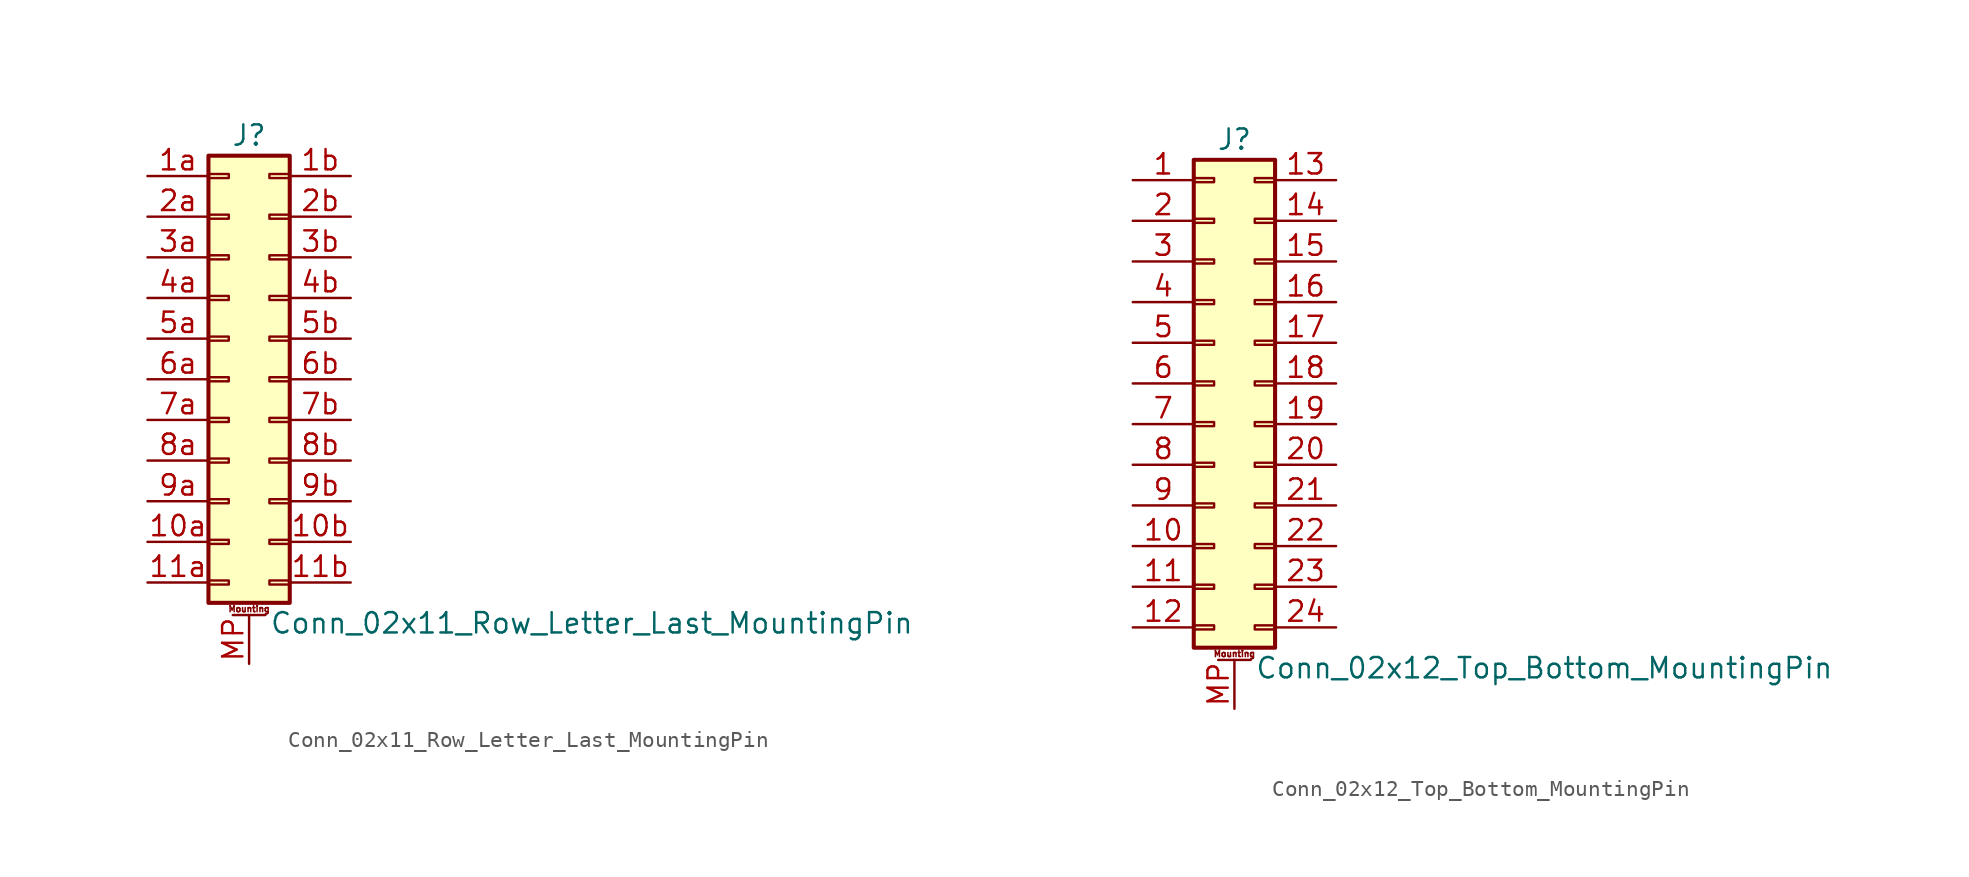
<source format=kicad_sym>
(kicad_symbol_lib
  (version 20201005)
  (generator kicad_symbol_editor)
  (symbol "Conn_02x11_Row_Letter_Last_MountingPin"
    (pin_names
      (offset 1.016) hide)
    (property "Reference" "J"
      (at 1.27 15.24 0)
      (effects (font (size 1.27 1.27))))
    (property "Value" "Conn_02x11_Row_Letter_Last_MountingPin"
      (at 2.54 -15.24 0)
      (effects (font (size 1.27 1.27)) (justify left)))
    (symbol "Conn_02x11_Row_Letter_Last_MountingPin_1_1"
      (text "Mounting" (at 1.27 -14.351 0) (effects (font (size 0.381 0.381))))
      (rectangle (start -1.27 -12.573) (end 0 -12.827) (stroke (width 0.152)) (fill (type none)))
      (rectangle (start -1.27 -10.033) (end 0 -10.287) (stroke (width 0.152)) (fill (type none)))
      (rectangle (start -1.27 -7.493) (end 0 -7.747) (stroke (width 0.152)) (fill (type none)))
      (rectangle (start -1.27 -4.953) (end 0 -5.207) (stroke (width 0.152)) (fill (type none)))
      (rectangle (start -1.27 -2.413) (end 0 -2.667) (stroke (width 0.152)) (fill (type none)))
      (rectangle (start -1.27 0.127) (end 0 -0.127) (stroke (width 0.152)) (fill (type none)))
      (rectangle (start -1.27 2.667) (end 0 2.413) (stroke (width 0.152)) (fill (type none)))
      (rectangle (start -1.27 5.207) (end 0 4.953) (stroke (width 0.152)) (fill (type none)))
      (rectangle (start -1.27 7.747) (end 0 7.493) (stroke (width 0.152)) (fill (type none)))
      (rectangle (start -1.27 10.287) (end 0 10.033) (stroke (width 0.152)) (fill (type none)))
      (rectangle (start -1.27 12.827) (end 0 12.573) (stroke (width 0.152)) (fill (type none)))
      (rectangle (start -1.27 13.97) (end 3.81 -13.97) (stroke (width 0.254)) (fill (type background)))
      (rectangle (start 3.81 -12.573) (end 2.54 -12.827) (stroke (width 0.152)) (fill (type none)))
      (rectangle (start 3.81 -10.033) (end 2.54 -10.287) (stroke (width 0.152)) (fill (type none)))
      (rectangle (start 3.81 -7.493) (end 2.54 -7.747) (stroke (width 0.152)) (fill (type none)))
      (rectangle (start 3.81 -4.953) (end 2.54 -5.207) (stroke (width 0.152)) (fill (type none)))
      (rectangle (start 3.81 -2.413) (end 2.54 -2.667) (stroke (width 0.152)) (fill (type none)))
      (rectangle (start 3.81 0.127) (end 2.54 -0.127) (stroke (width 0.152)) (fill (type none)))
      (rectangle (start 3.81 2.667) (end 2.54 2.413) (stroke (width 0.152)) (fill (type none)))
      (rectangle (start 3.81 5.207) (end 2.54 4.953) (stroke (width 0.152)) (fill (type none)))
      (rectangle (start 3.81 7.747) (end 2.54 7.493) (stroke (width 0.152)) (fill (type none)))
      (rectangle (start 3.81 10.287) (end 2.54 10.033) (stroke (width 0.152)) (fill (type none)))
      (rectangle (start 3.81 12.827) (end 2.54 12.573) (stroke (width 0.152)) (fill (type none)))
      (polyline (pts (xy 0.254 -14.732) (xy 2.286 -14.732)) (stroke (width 0.152)) (fill (type none)))
      (pin passive line (at -5.08 -10.16 0) (length 3.81) (name "Pin_10a" (effects (font (size 1.27 1.27)))) (number "10a" (effects (font (size 1.27 1.27)))))
      (pin passive line (at 7.62 -10.16 180) (length 3.81) (name "Pin_10b" (effects (font (size 1.27 1.27)))) (number "10b" (effects (font (size 1.27 1.27)))))
      (pin passive line (at -5.08 -12.7 0) (length 3.81) (name "Pin_11a" (effects (font (size 1.27 1.27)))) (number "11a" (effects (font (size 1.27 1.27)))))
      (pin passive line (at 7.62 -12.7 180) (length 3.81) (name "Pin_11b" (effects (font (size 1.27 1.27)))) (number "11b" (effects (font (size 1.27 1.27)))))
      (pin passive line (at -5.08 12.7 0) (length 3.81) (name "Pin_1a" (effects (font (size 1.27 1.27)))) (number "1a" (effects (font (size 1.27 1.27)))))
      (pin passive line (at 7.62 12.7 180) (length 3.81) (name "Pin_1b" (effects (font (size 1.27 1.27)))) (number "1b" (effects (font (size 1.27 1.27)))))
      (pin passive line (at -5.08 10.16 0) (length 3.81) (name "Pin_2a" (effects (font (size 1.27 1.27)))) (number "2a" (effects (font (size 1.27 1.27)))))
      (pin passive line (at 7.62 10.16 180) (length 3.81) (name "Pin_2b" (effects (font (size 1.27 1.27)))) (number "2b" (effects (font (size 1.27 1.27)))))
      (pin passive line (at -5.08 7.62 0) (length 3.81) (name "Pin_3a" (effects (font (size 1.27 1.27)))) (number "3a" (effects (font (size 1.27 1.27)))))
      (pin passive line (at 7.62 7.62 180) (length 3.81) (name "Pin_3b" (effects (font (size 1.27 1.27)))) (number "3b" (effects (font (size 1.27 1.27)))))
      (pin passive line (at -5.08 5.08 0) (length 3.81) (name "Pin_4a" (effects (font (size 1.27 1.27)))) (number "4a" (effects (font (size 1.27 1.27)))))
      (pin passive line (at 7.62 5.08 180) (length 3.81) (name "Pin_4b" (effects (font (size 1.27 1.27)))) (number "4b" (effects (font (size 1.27 1.27)))))
      (pin passive line (at -5.08 2.54 0) (length 3.81) (name "Pin_5a" (effects (font (size 1.27 1.27)))) (number "5a" (effects (font (size 1.27 1.27)))))
      (pin passive line (at 7.62 2.54 180) (length 3.81) (name "Pin_5b" (effects (font (size 1.27 1.27)))) (number "5b" (effects (font (size 1.27 1.27)))))
      (pin passive line (at -5.08 0 0) (length 3.81) (name "Pin_6a" (effects (font (size 1.27 1.27)))) (number "6a" (effects (font (size 1.27 1.27)))))
      (pin passive line (at 7.62 0 180) (length 3.81) (name "Pin_6b" (effects (font (size 1.27 1.27)))) (number "6b" (effects (font (size 1.27 1.27)))))
      (pin passive line (at -5.08 -2.54 0) (length 3.81) (name "Pin_7a" (effects (font (size 1.27 1.27)))) (number "7a" (effects (font (size 1.27 1.27)))))
      (pin passive line (at 7.62 -2.54 180) (length 3.81) (name "Pin_7b" (effects (font (size 1.27 1.27)))) (number "7b" (effects (font (size 1.27 1.27)))))
      (pin passive line (at -5.08 -5.08 0) (length 3.81) (name "Pin_8a" (effects (font (size 1.27 1.27)))) (number "8a" (effects (font (size 1.27 1.27)))))
      (pin passive line (at 7.62 -5.08 180) (length 3.81) (name "Pin_8b" (effects (font (size 1.27 1.27)))) (number "8b" (effects (font (size 1.27 1.27)))))
      (pin passive line (at -5.08 -7.62 0) (length 3.81) (name "Pin_9a" (effects (font (size 1.27 1.27)))) (number "9a" (effects (font (size 1.27 1.27)))))
      (pin passive line (at 7.62 -7.62 180) (length 3.81) (name "Pin_9b" (effects (font (size 1.27 1.27)))) (number "9b" (effects (font (size 1.27 1.27)))))
      (pin passive line (at 1.27 -17.78 90) (length 3.048) (name "MountPin" (effects (font (size 1.27 1.27)))) (number "MP" (effects (font (size 1.27 1.27)))))))
  (symbol "Conn_02x12_Top_Bottom_MountingPin"
    (pin_names
      (offset 1.016) hide)
    (property "Reference" "J"
      (at 1.27 15.24 0)
      (effects (font (size 1.27 1.27))))
    (property "Value" "Conn_02x12_Top_Bottom_MountingPin"
      (at 2.54 -17.78 0)
      (effects (font (size 1.27 1.27)) (justify left)))
    (symbol "Conn_02x12_Top_Bottom_MountingPin_1_1"
      (text "Mounting" (at 1.27 -16.891 0) (effects (font (size 0.381 0.381))))
      (rectangle (start -1.27 -15.113) (end 0 -15.367) (stroke (width 0.152)) (fill (type none)))
      (rectangle (start -1.27 -12.573) (end 0 -12.827) (stroke (width 0.152)) (fill (type none)))
      (rectangle (start -1.27 -10.033) (end 0 -10.287) (stroke (width 0.152)) (fill (type none)))
      (rectangle (start -1.27 -7.493) (end 0 -7.747) (stroke (width 0.152)) (fill (type none)))
      (rectangle (start -1.27 -4.953) (end 0 -5.207) (stroke (width 0.152)) (fill (type none)))
      (rectangle (start -1.27 -2.413) (end 0 -2.667) (stroke (width 0.152)) (fill (type none)))
      (rectangle (start -1.27 0.127) (end 0 -0.127) (stroke (width 0.152)) (fill (type none)))
      (rectangle (start -1.27 2.667) (end 0 2.413) (stroke (width 0.152)) (fill (type none)))
      (rectangle (start -1.27 5.207) (end 0 4.953) (stroke (width 0.152)) (fill (type none)))
      (rectangle (start -1.27 7.747) (end 0 7.493) (stroke (width 0.152)) (fill (type none)))
      (rectangle (start -1.27 10.287) (end 0 10.033) (stroke (width 0.152)) (fill (type none)))
      (rectangle (start -1.27 12.827) (end 0 12.573) (stroke (width 0.152)) (fill (type none)))
      (rectangle (start -1.27 13.97) (end 3.81 -16.51) (stroke (width 0.254)) (fill (type background)))
      (rectangle (start 3.81 -15.113) (end 2.54 -15.367) (stroke (width 0.152)) (fill (type none)))
      (rectangle (start 3.81 -12.573) (end 2.54 -12.827) (stroke (width 0.152)) (fill (type none)))
      (rectangle (start 3.81 -10.033) (end 2.54 -10.287) (stroke (width 0.152)) (fill (type none)))
      (rectangle (start 3.81 -7.493) (end 2.54 -7.747) (stroke (width 0.152)) (fill (type none)))
      (rectangle (start 3.81 -4.953) (end 2.54 -5.207) (stroke (width 0.152)) (fill (type none)))
      (rectangle (start 3.81 -2.413) (end 2.54 -2.667) (stroke (width 0.152)) (fill (type none)))
      (rectangle (start 3.81 0.127) (end 2.54 -0.127) (stroke (width 0.152)) (fill (type none)))
      (rectangle (start 3.81 2.667) (end 2.54 2.413) (stroke (width 0.152)) (fill (type none)))
      (rectangle (start 3.81 5.207) (end 2.54 4.953) (stroke (width 0.152)) (fill (type none)))
      (rectangle (start 3.81 7.747) (end 2.54 7.493) (stroke (width 0.152)) (fill (type none)))
      (rectangle (start 3.81 10.287) (end 2.54 10.033) (stroke (width 0.152)) (fill (type none)))
      (rectangle (start 3.81 12.827) (end 2.54 12.573) (stroke (width 0.152)) (fill (type none)))
      (polyline (pts (xy 0.254 -17.272) (xy 2.286 -17.272)) (stroke (width 0.152)) (fill (type none)))
      (pin passive line (at -5.08 12.7 0) (length 3.81) (name "Pin_1" (effects (font (size 1.27 1.27)))) (number "1" (effects (font (size 1.27 1.27)))))
      (pin passive line (at -5.08 -10.16 0) (length 3.81) (name "Pin_10" (effects (font (size 1.27 1.27)))) (number "10" (effects (font (size 1.27 1.27)))))
      (pin passive line (at -5.08 -12.7 0) (length 3.81) (name "Pin_11" (effects (font (size 1.27 1.27)))) (number "11" (effects (font (size 1.27 1.27)))))
      (pin passive line (at -5.08 -15.24 0) (length 3.81) (name "Pin_12" (effects (font (size 1.27 1.27)))) (number "12" (effects (font (size 1.27 1.27)))))
      (pin passive line (at 7.62 12.7 180) (length 3.81) (name "Pin_13" (effects (font (size 1.27 1.27)))) (number "13" (effects (font (size 1.27 1.27)))))
      (pin passive line (at 7.62 10.16 180) (length 3.81) (name "Pin_14" (effects (font (size 1.27 1.27)))) (number "14" (effects (font (size 1.27 1.27)))))
      (pin passive line (at 7.62 7.62 180) (length 3.81) (name "Pin_15" (effects (font (size 1.27 1.27)))) (number "15" (effects (font (size 1.27 1.27)))))
      (pin passive line (at 7.62 5.08 180) (length 3.81) (name "Pin_16" (effects (font (size 1.27 1.27)))) (number "16" (effects (font (size 1.27 1.27)))))
      (pin passive line (at 7.62 2.54 180) (length 3.81) (name "Pin_17" (effects (font (size 1.27 1.27)))) (number "17" (effects (font (size 1.27 1.27)))))
      (pin passive line (at 7.62 0 180) (length 3.81) (name "Pin_18" (effects (font (size 1.27 1.27)))) (number "18" (effects (font (size 1.27 1.27)))))
      (pin passive line (at 7.62 -2.54 180) (length 3.81) (name "Pin_19" (effects (font (size 1.27 1.27)))) (number "19" (effects (font (size 1.27 1.27)))))
      (pin passive line (at -5.08 10.16 0) (length 3.81) (name "Pin_2" (effects (font (size 1.27 1.27)))) (number "2" (effects (font (size 1.27 1.27)))))
      (pin passive line (at 7.62 -5.08 180) (length 3.81) (name "Pin_20" (effects (font (size 1.27 1.27)))) (number "20" (effects (font (size 1.27 1.27)))))
      (pin passive line (at 7.62 -7.62 180) (length 3.81) (name "Pin_21" (effects (font (size 1.27 1.27)))) (number "21" (effects (font (size 1.27 1.27)))))
      (pin passive line (at 7.62 -10.16 180) (length 3.81) (name "Pin_22" (effects (font (size 1.27 1.27)))) (number "22" (effects (font (size 1.27 1.27)))))
      (pin passive line (at 7.62 -12.7 180) (length 3.81) (name "Pin_23" (effects (font (size 1.27 1.27)))) (number "23" (effects (font (size 1.27 1.27)))))
      (pin passive line (at 7.62 -15.24 180) (length 3.81) (name "Pin_24" (effects (font (size 1.27 1.27)))) (number "24" (effects (font (size 1.27 1.27)))))
      (pin passive line (at -5.08 7.62 0) (length 3.81) (name "Pin_3" (effects (font (size 1.27 1.27)))) (number "3" (effects (font (size 1.27 1.27)))))
      (pin passive line (at -5.08 5.08 0) (length 3.81) (name "Pin_4" (effects (font (size 1.27 1.27)))) (number "4" (effects (font (size 1.27 1.27)))))
      (pin passive line (at -5.08 2.54 0) (length 3.81) (name "Pin_5" (effects (font (size 1.27 1.27)))) (number "5" (effects (font (size 1.27 1.27)))))
      (pin passive line (at -5.08 0 0) (length 3.81) (name "Pin_6" (effects (font (size 1.27 1.27)))) (number "6" (effects (font (size 1.27 1.27)))))
      (pin passive line (at -5.08 -2.54 0) (length 3.81) (name "Pin_7" (effects (font (size 1.27 1.27)))) (number "7" (effects (font (size 1.27 1.27)))))
      (pin passive line (at -5.08 -5.08 0) (length 3.81) (name "Pin_8" (effects (font (size 1.27 1.27)))) (number "8" (effects (font (size 1.27 1.27)))))
      (pin passive line (at -5.08 -7.62 0) (length 3.81) (name "Pin_9" (effects (font (size 1.27 1.27)))) (number "9" (effects (font (size 1.27 1.27)))))
      (pin passive line (at 1.27 -20.32 90) (length 3.048) (name "MountPin" (effects (font (size 1.27 1.27)))) (number "MP" (effects (font (size 1.27 1.27))))))))
</source>
